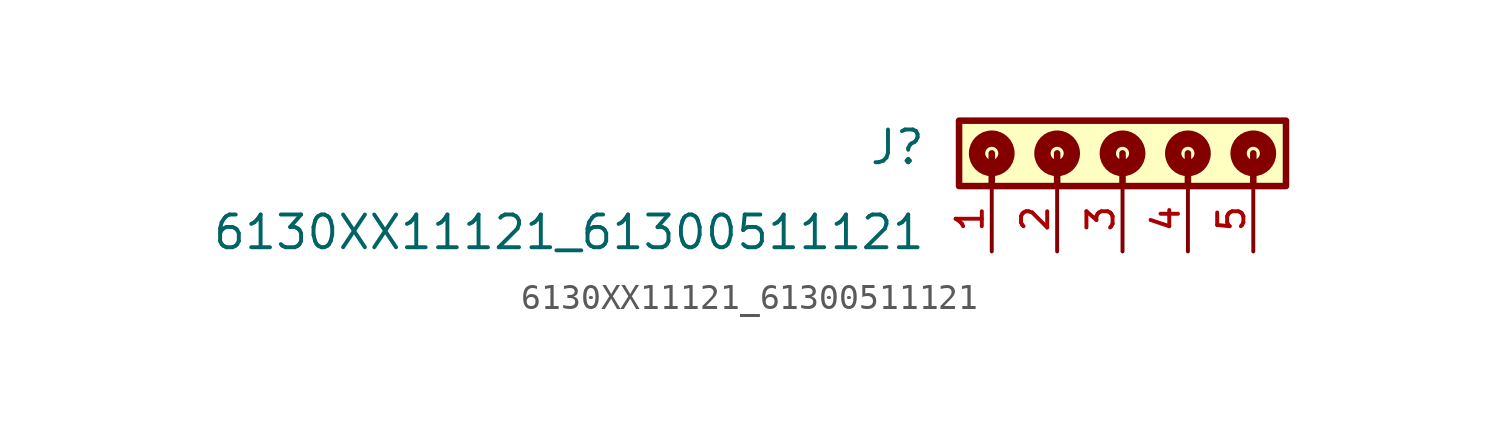
<source format=kicad_sym>
(kicad_symbol_lib
  (version 20211014)
  (generator kicad_symbol_editor)
  (symbol "6130XX11121_61300511121"
    (pin_names
      (offset 1.016))
    (property "Reference" "J"
      (at -7.62 -1.778 0)
      (effects (font (size 1.27 1.27)) (justify bottom right)))
    (property "Value" "6130XX11121_61300511121"
      (at -7.62 -5.08 0)
      (effects (font (size 1.27 1.27)) (justify bottom right)))
    (symbol "6130XX11121_61300511121_0_0"
      (polyline (pts (xy -5.08 -1.27) (xy -5.08 -2.54)) (stroke (width 0.254)))
      (polyline (pts (xy -2.54 -1.27) (xy -2.54 -2.54)) (stroke (width 0.254)))
      (polyline (pts (xy 0.0 -1.27) (xy 0.0 -2.54)) (stroke (width 0.254)))
      (polyline (pts (xy 2.54 -1.27) (xy 2.54 -2.54)) (stroke (width 0.254)))
      (polyline (pts (xy 5.08 -1.27) (xy 5.08 -2.54)) (stroke (width 0.254)))
      (circle (center -5.08 -1.27) (radius 0.254) (stroke (width 0.635)) (fill (type none)))
      (circle (center -2.54 -1.27) (radius 0.254) (stroke (width 0.635)) (fill (type none)))
      (circle (center 0.0 -1.27) (radius 0.254) (stroke (width 0.635)) (fill (type none)))
      (circle (center 2.54 -1.27) (radius 0.254) (stroke (width 0.635)) (fill (type none)))
      (circle (center 5.08 -1.27) (radius 0.254) (stroke (width 0.635)) (fill (type none)))
      (rectangle (start -6.35 -2.54) (end 6.35 0.0) (stroke (width 0.254)) (fill (type background)))
      (pin passive line (at -5.08 -5.08 90.0) (length 2.54) (name "~" (effects (font (size 1.016 1.016)))) (number "1" (effects (font (size 1.016 1.016)))))
      (pin passive line (at -2.54 -5.08 90.0) (length 2.54) (name "~" (effects (font (size 1.016 1.016)))) (number "2" (effects (font (size 1.016 1.016)))))
      (pin passive line (at 0.0 -5.08 90.0) (length 2.54) (name "~" (effects (font (size 1.016 1.016)))) (number "3" (effects (font (size 1.016 1.016)))))
      (pin passive line (at 2.54 -5.08 90.0) (length 2.54) (name "~" (effects (font (size 1.016 1.016)))) (number "4" (effects (font (size 1.016 1.016)))))
      (pin passive line (at 5.08 -5.08 90.0) (length 2.54) (name "~" (effects (font (size 1.016 1.016)))) (number "5" (effects (font (size 1.016 1.016))))))))
</source>
